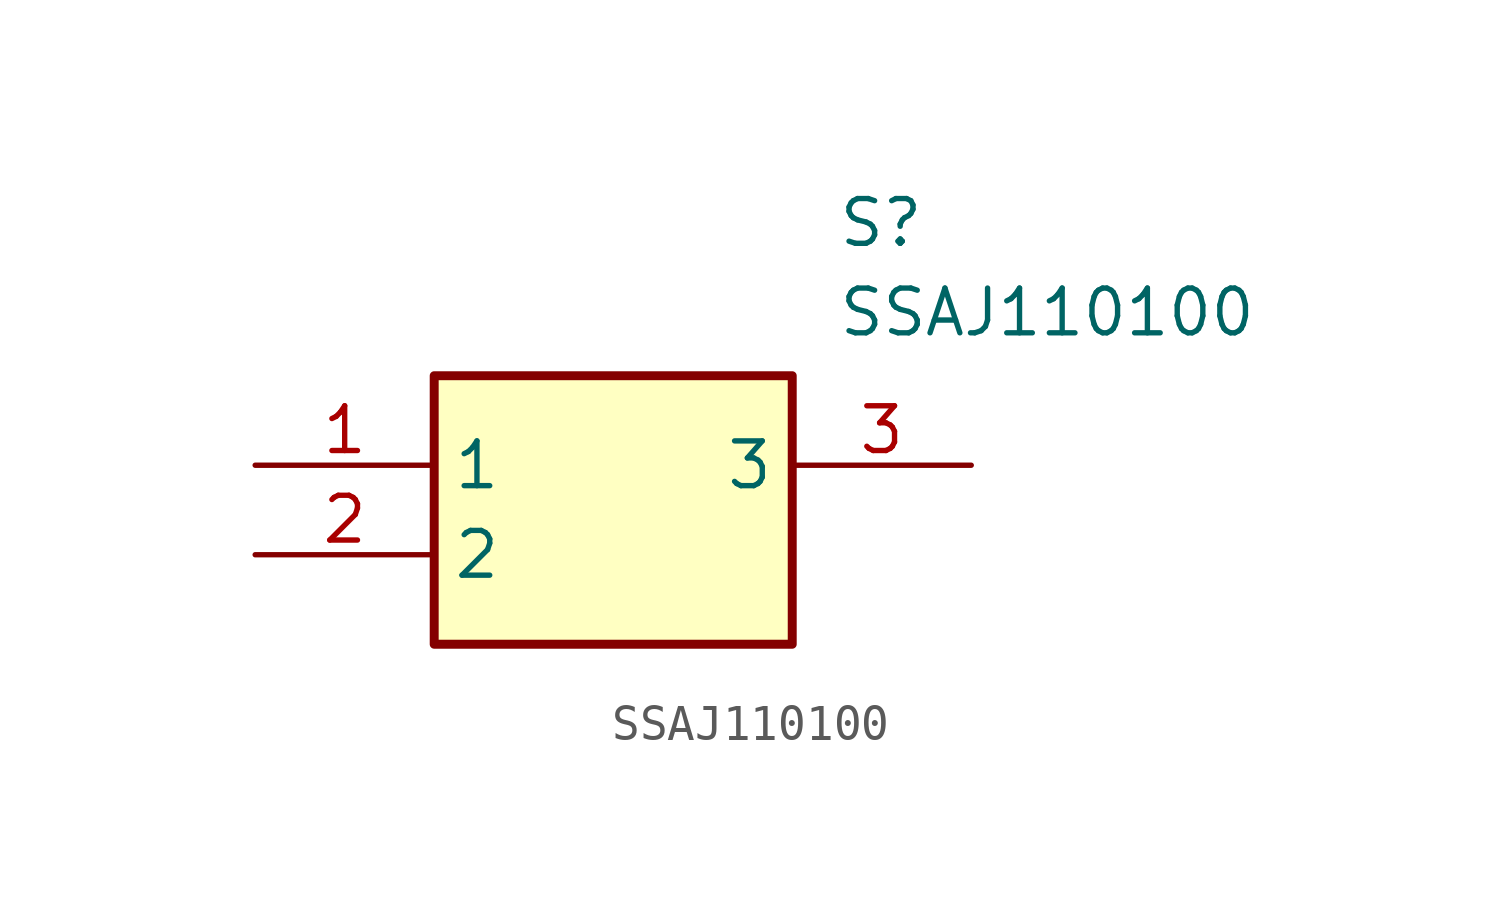
<source format=kicad_sym>
(kicad_symbol_lib
  (version 20220914)
  (generator SamacSys_ECAD_Model)
  (symbol "SSAJ110100"
    (property "Reference" "S"
      (at 16.51 7.62 0)
      (effects (font (size 1.27 1.27)) (justify left top)))
    (property "Value" "SSAJ110100"
      (at 16.51 5.08 0)
      (effects (font (size 1.27 1.27)) (justify left top)))
    (rectangle
      (start 5.08 2.54)
      (end 15.24 -5.08)
      (stroke (width 0.254) (type default))
      (fill (type background)))
    (pin passive line
      (at 0 0 0)
      (length 5.08)
      (name "1" (effects (font (size 1.27 1.27))))
      (number "1" (effects (font (size 1.27 1.27)))))
    (pin passive line
      (at 0 -2.54 0)
      (length 5.08)
      (name "2" (effects (font (size 1.27 1.27))))
      (number "2" (effects (font (size 1.27 1.27)))))
    (pin passive line
      (at 20.32 0 180)
      (length 5.08)
      (name "3" (effects (font (size 1.27 1.27))))
      (number "3" (effects (font (size 1.27 1.27)))))))
</source>
